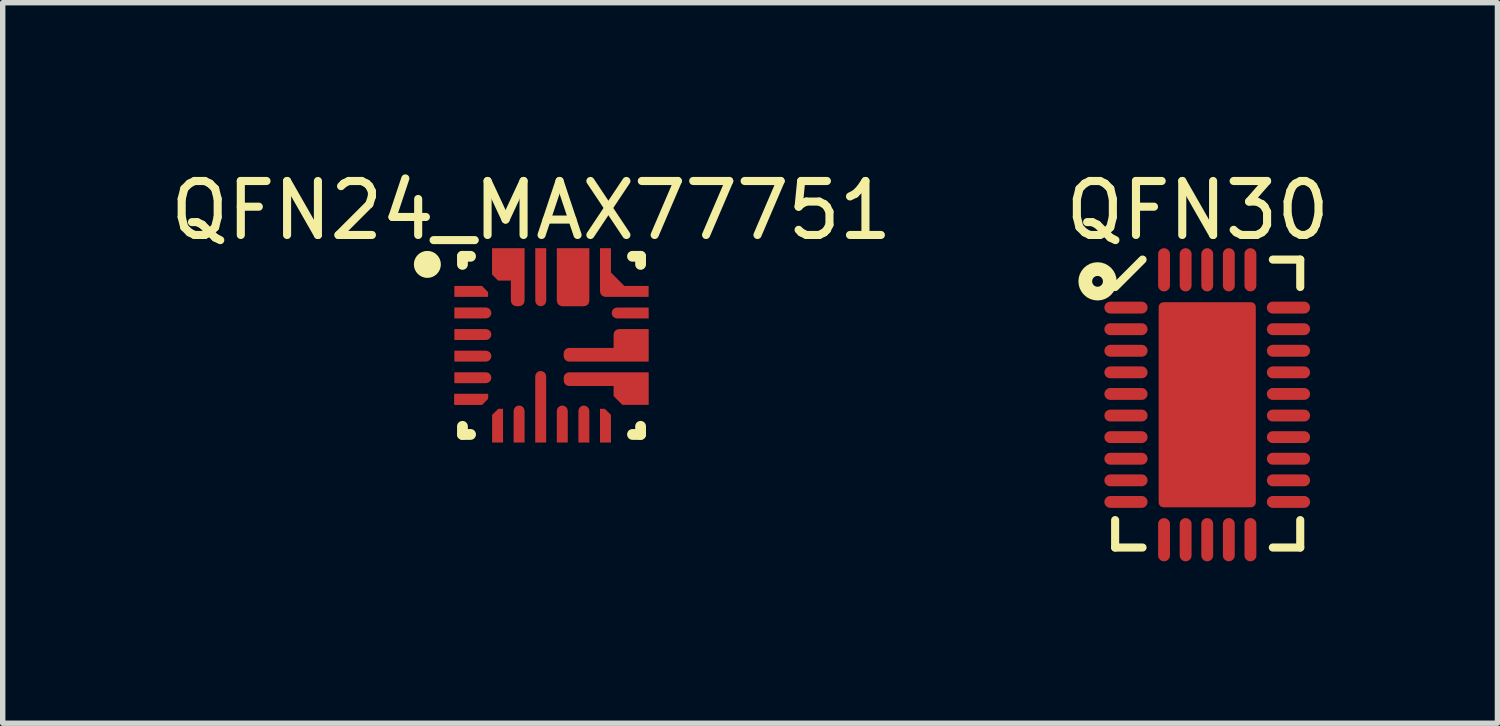
<source format=kicad_pcb>
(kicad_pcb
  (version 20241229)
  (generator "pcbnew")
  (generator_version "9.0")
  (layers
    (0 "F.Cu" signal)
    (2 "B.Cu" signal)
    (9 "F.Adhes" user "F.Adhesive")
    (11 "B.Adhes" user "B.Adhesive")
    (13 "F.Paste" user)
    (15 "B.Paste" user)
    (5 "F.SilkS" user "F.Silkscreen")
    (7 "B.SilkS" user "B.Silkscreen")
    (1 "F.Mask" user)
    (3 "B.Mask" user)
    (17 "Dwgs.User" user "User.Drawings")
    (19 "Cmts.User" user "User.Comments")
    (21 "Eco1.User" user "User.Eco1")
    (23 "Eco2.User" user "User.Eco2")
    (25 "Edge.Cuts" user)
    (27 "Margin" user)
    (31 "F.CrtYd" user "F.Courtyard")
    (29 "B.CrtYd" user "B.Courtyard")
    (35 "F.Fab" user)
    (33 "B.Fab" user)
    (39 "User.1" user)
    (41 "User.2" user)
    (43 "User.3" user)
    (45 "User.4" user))
  (footprint "QFN30"
    (layer "F.Cu")
    (at 19.314 4.448)
    (property "Reference" "QFN30" (at -0.177 -3.6 0) (layer "F.SilkS") (effects (font (size 1 1) (thickness 0.15))))
    (fp_line (start -1.706 -2.181) (end -1.198 -2.689) (stroke (width 0.15) (type solid)) (layer "F.SilkS"))
    (fp_line (start -1.706 2.645) (end -1.706 2.137) (stroke (width 0.15) (type solid)) (layer "F.SilkS"))
    (fp_line (start -1.706 2.645) (end -1.198 2.645) (stroke (width 0.15) (type solid)) (layer "F.SilkS"))
    (fp_line (start 1.215 -2.689) (end 1.723 -2.689) (stroke (width 0.15) (type solid)) (layer "F.SilkS"))
    (fp_line (start 1.215 2.645) (end 1.723 2.645) (stroke (width 0.15) (type solid)) (layer "F.SilkS"))
    (fp_line (start 1.723 -2.181) (end 1.723 -2.689) (stroke (width 0.15) (type solid)) (layer "F.SilkS"))
    (fp_line (start 1.723 2.645) (end 1.723 2.137) (stroke (width 0.15) (type solid)) (layer "F.SilkS"))
    (fp_circle (center -2.032 -2.286) (end -2.032 -2.386) (stroke (width 0.254) (type solid)) (fill no) (layer "F.SilkS"))
    (fp_rect (start -0.625 0.5) (end 0.675 -0.5) (stroke (width 0) (type default)) (fill yes) (layer "F.Paste"))
    (fp_rect (start -0.625 1.7) (end 0.675 0.8) (stroke (width 0) (type default)) (fill yes) (layer "F.Paste"))
    (fp_rect (start -0.625 -0.8) (end 0.675 -1.7) (stroke (width 0) (type default)) (fill yes) (layer "F.Paste"))
    (pad "1" smd oval (at -1.505 -1.8 90) (size 0.22 0.8) (layers "F.Cu" "F.Mask" "F.Paste"))
    (pad "2" smd oval (at -1.505 -1.4 90) (size 0.22 0.8) (layers "F.Cu" "F.Mask" "F.Paste"))
    (pad "3" smd oval (at -1.505 -1 90) (size 0.22 0.8) (layers "F.Cu" "F.Mask" "F.Paste"))
    (pad "4" smd oval (at -1.505 -0.6 90) (size 0.22 0.8) (layers "F.Cu" "F.Mask" "F.Paste"))
    (pad "5" smd oval (at -1.505 -0.2 90) (size 0.22 0.8) (layers "F.Cu" "F.Mask" "F.Paste"))
    (pad "6" smd oval (at -1.505 0.2 90) (size 0.22 0.8) (layers "F.Cu" "F.Mask" "F.Paste"))
    (pad "7" smd oval (at -1.505 0.6 90) (size 0.22 0.8) (layers "F.Cu" "F.Mask" "F.Paste"))
    (pad "8" smd oval (at -1.505 1 90) (size 0.22 0.8) (layers "F.Cu" "F.Mask" "F.Paste"))
    (pad "9" smd oval (at -1.505 1.4 90) (size 0.22 0.8) (layers "F.Cu" "F.Mask" "F.Paste"))
    (pad "10" smd oval (at -1.505 1.8 90) (size 0.22 0.8) (layers "F.Cu" "F.Mask" "F.Paste"))
    (pad "11" smd oval (at -0.8 2.5) (size 0.22 0.8) (layers "F.Cu" "F.Mask" "F.Paste"))
    (pad "12" smd oval (at -0.4 2.5) (size 0.22 0.8) (layers "F.Cu" "F.Mask" "F.Paste"))
    (pad "13" smd oval (at 0 2.5) (size 0.22 0.8) (layers "F.Cu" "F.Mask" "F.Paste"))
    (pad "14" smd oval (at 0.4 2.5) (size 0.22 0.8) (layers "F.Cu" "F.Mask" "F.Paste"))
    (pad "15" smd oval (at 0.8 2.5) (size 0.22 0.8) (layers "F.Cu" "F.Mask" "F.Paste"))
    (pad "16" smd oval (at 1.505 1.8 90) (size 0.22 0.8) (layers "F.Cu" "F.Mask" "F.Paste"))
    (pad "17" smd oval (at 1.505 1.4 90) (size 0.22 0.8) (layers "F.Cu" "F.Mask" "F.Paste"))
    (pad "18" smd oval (at 1.505 1 90) (size 0.22 0.8) (layers "F.Cu" "F.Mask" "F.Paste"))
    (pad "19" smd oval (at 1.505 0.6 90) (size 0.22 0.8) (layers "F.Cu" "F.Mask" "F.Paste"))
    (pad "20" smd oval (at 1.505 0.2 90) (size 0.22 0.8) (layers "F.Cu" "F.Mask" "F.Paste"))
    (pad "21" smd oval (at 1.505 -0.2 90) (size 0.22 0.8) (layers "F.Cu" "F.Mask" "F.Paste"))
    (pad "22" smd oval (at 1.505 -0.6 90) (size 0.22 0.8) (layers "F.Cu" "F.Mask" "F.Paste"))
    (pad "23" smd oval (at 1.505 -1 90) (size 0.22 0.8) (layers "F.Cu" "F.Mask" "F.Paste"))
    (pad "24" smd oval (at 1.505 -1.4 90) (size 0.22 0.8) (layers "F.Cu" "F.Mask" "F.Paste"))
    (pad "25" smd oval (at 1.505 -1.8 90) (size 0.22 0.8) (layers "F.Cu" "F.Mask" "F.Paste"))
    (pad "26" smd oval (at 0.8 -2.5) (size 0.22 0.8) (layers "F.Cu" "F.Mask" "F.Paste"))
    (pad "27" smd oval (at 0.4 -2.5) (size 0.22 0.8) (layers "F.Cu" "F.Mask" "F.Paste"))
    (pad "28" smd oval (at 0 -2.5) (size 0.22 0.8) (layers "F.Cu" "F.Mask" "F.Paste"))
    (pad "29" smd oval (at -0.4 -2.5) (size 0.22 0.8) (layers "F.Cu" "F.Mask" "F.Paste"))
    (pad "30" smd oval (at -0.8 -2.5) (size 0.22 0.8) (layers "F.Cu" "F.Mask" "F.Paste"))
    (pad "31" smd roundrect (at 0 0) (size 1.8 3.8) (layers "F.Cu" "F.Mask" "F.Paste") (roundrect_rratio 0.05)))
  (footprint "QFN24_MAX77751"
    (layer "F.Cu")
    (at 7.167 3.348)
    (property "Reference" "QFN24_MAX77751" (at -0.375 -2.5 0) (layer "F.SilkS") (effects (font (size 1 1) (thickness 0.15))))
    (fp_line (start -1.65 -1.65) (end -1.5 -1.65) (stroke (width 0.2) (type solid)) (layer "F.SilkS"))
    (fp_line (start -1.65 -1.5) (end -1.65 -1.65) (stroke (width 0.2) (type solid)) (layer "F.SilkS"))
    (fp_line (start -1.65 1.65) (end -1.65 1.5) (stroke (width 0.2) (type solid)) (layer "F.SilkS"))
    (fp_line (start -1.65 1.65) (end -1.5 1.65) (stroke (width 0.2) (type solid)) (layer "F.SilkS"))
    (fp_line (start 1.5 -1.65) (end 1.65 -1.65) (stroke (width 0.2) (type solid)) (layer "F.SilkS"))
    (fp_line (start 1.5 1.65) (end 1.65 1.65) (stroke (width 0.2) (type solid)) (layer "F.SilkS"))
    (fp_line (start 1.65 -1.5) (end 1.65 -1.65) (stroke (width 0.2) (type solid)) (layer "F.SilkS"))
    (fp_line (start 1.65 1.65) (end 1.65 1.5) (stroke (width 0.2) (type solid)) (layer "F.SilkS"))
    (fp_circle (center -2.3 -1.5) (end -2.3 -1.625) (stroke (width 0.25) (type solid)) (fill no) (layer "F.SilkS"))
    (fp_line (start -2.075 -2.075) (end 2.075 -2.075) (stroke (width 0.05) (type solid)) (layer "Eco2.User"))
    (fp_line (start -2.075 2.075) (end -2.075 -2.075) (stroke (width 0.05) (type solid)) (layer "Eco2.User"))
    (fp_line (start -2.075 2.075) (end 2.075 2.075) (stroke (width 0.05) (type solid)) (layer "Eco2.User"))
    (fp_line (start -0.5 0) (end 0.5 0) (stroke (width 0.1) (type solid)) (layer "Eco2.User"))
    (fp_line (start 0 0.5) (end 0 -0.5) (stroke (width 0.1) (type solid)) (layer "Eco2.User"))
    (fp_line (start 2.075 2.075) (end 2.075 -2.075) (stroke (width 0.05) (type solid)) (layer "Eco2.User"))
    (pad "1" smd custom (at -1.8 -0.898) (size 0.000001 0.000001) (layers "F.Cu" "F.Mask" "F.Paste") (options (anchor circle)) (primitives (gr_poly (pts (xy 0 0) (xy 0.625 0) (xy 0.625 -0.088) (xy 0.513 -0.203) (xy 0 -0.203)) (width 0) (fill yes))))
    (pad "1" smd rect (at -1.457 -1) (size 0.127 0.127) (layers "F.Cu" "F.Mask" "F.Paste"))
    (pad "2" smd rect (at -1.457 -0.6) (size 0.127 0.127) (layers "F.Cu" "F.Mask" "F.Paste"))
    (pad "2" smd custom (at -1.216 -0.702) (size 0.000001 0.000001) (layers "F.Cu" "F.Mask" "F.Paste") (options (anchor circle)) (primitives (gr_poly (pts (xy 0 0) (xy -0.584 0) (xy -0.584 0.203) (xy 0 0.203) (xy 0.039 0.195) (xy 0.072 0.173) (xy 0.094 0.14) (xy 0.102 0.102) (xy 0.094 0.063) (xy 0.072 0.03) (xy 0.039 0.008)) (width 0) (fill yes))))
    (pad "3" smd rect (at -1.457 -0.2) (size 0.127 0.127) (layers "F.Cu" "F.Mask" "F.Paste"))
    (pad "3" smd custom (at -1.216 -0.302) (size 0.000001 0.000001) (layers "F.Cu" "F.Mask" "F.Paste") (options (anchor circle)) (primitives (gr_poly (pts (xy 0 0) (xy -0.584 0) (xy -0.584 0.203) (xy 0 0.203) (xy 0.039 0.195) (xy 0.072 0.173) (xy 0.094 0.14) (xy 0.102 0.102) (xy 0.094 0.063) (xy 0.072 0.03) (xy 0.039 0.008)) (width 0) (fill yes))))
    (pad "4" smd rect (at -1.457 0.2) (size 0.127 0.127) (layers "F.Cu" "F.Mask" "F.Paste"))
    (pad "4" smd custom (at -1.216 0.098) (size 0.000001 0.000001) (layers "F.Cu" "F.Mask" "F.Paste") (options (anchor circle)) (primitives (gr_poly (pts (xy 0 0) (xy -0.584 0) (xy -0.584 0.203) (xy 0 0.203) (xy 0.039 0.195) (xy 0.072 0.173) (xy 0.094 0.14) (xy 0.102 0.102) (xy 0.094 0.063) (xy 0.072 0.03) (xy 0.039 0.008)) (width 0) (fill yes))))
    (pad "5" smd rect (at -1.457 0.6) (size 0.127 0.127) (layers "F.Cu" "F.Mask" "F.Paste"))
    (pad "5" smd custom (at -1.216 0.498) (size 0.000001 0.000001) (layers "F.Cu" "F.Mask" "F.Paste") (options (anchor circle)) (primitives (gr_poly (pts (xy 0 0) (xy -0.584 0) (xy -0.584 0.203) (xy 0 0.203) (xy 0.039 0.195) (xy 0.072 0.173) (xy 0.094 0.14) (xy 0.102 0.102) (xy 0.094 0.063) (xy 0.072 0.03) (xy 0.039 0.008)) (width 0) (fill yes))))
    (pad "6" smd custom (at -1.8 0.898) (size 0.000001 0.000001) (layers "F.Cu" "F.Mask" "F.Paste") (options (anchor circle)) (primitives (gr_poly (pts (xy 0 0) (xy 0.625 0) (xy 0.625 0.088) (xy 0.513 0.203) (xy 0 0.203)) (width 0) (fill yes))))
    (pad "6" smd custom (at -1.8 0.898) (size 0.000001 0.000001) (layers "F.Cu" "F.Mask" "F.Paste") (options (anchor circle)) (primitives (gr_poly (pts (xy 0 0) (xy 0.625 0) (xy 0.625 0.088) (xy 0.513 0.203) (xy 0 0.203)) (width 0) (fill yes))))
    (pad "6" smd rect (at -1.457 1) (size 0.127 0.127) (layers "F.Cu" "F.Mask" "F.Paste"))
    (pad "7" smd rect (at -1 1.457 90) (size 0.127 0.127) (layers "F.Cu" "F.Mask" "F.Paste"))
    (pad "7" smd custom (at -0.898 1.8) (size 0.000001 0.000001) (layers "F.Cu" "F.Mask" "F.Paste") (options (anchor circle)) (primitives (gr_poly (pts (xy 0 0) (xy 0 -0.625) (xy -0.088 -0.625) (xy -0.203 -0.513) (xy -0.203 0)) (width 0) (fill yes))))
    (pad "8" smd custom (at -0.702 1.216) (size 0.000001 0.000001) (layers "F.Cu" "F.Mask" "F.Paste") (options (anchor circle)) (primitives (gr_poly (pts (xy 0 0) (xy 0 0.584) (xy 0.203 0.584) (xy 0.203 0) (xy 0.195 -0.039) (xy 0.173 -0.072) (xy 0.14 -0.094) (xy 0.102 -0.102) (xy 0.063 -0.094) (xy 0.03 -0.072) (xy 0.008 -0.039)) (width 0) (fill yes))))
    (pad "8" smd rect (at -0.6 1.457 90) (size 0.127 0.127) (layers "F.Cu" "F.Mask" "F.Paste"))
    (pad "9" smd custom (at -0.302 0.576) (size 0.000001 0.000001) (layers "F.Cu" "F.Mask" "F.Paste") (options (anchor circle)) (primitives (gr_poly (pts (xy 0 0) (xy 0 1.224) (xy 0.203 1.224) (xy 0.203 0) (xy 0.195 -0.039) (xy 0.173 -0.072) (xy 0.14 -0.094) (xy 0.102 -0.102) (xy 0.063 -0.094) (xy 0.03 -0.072) (xy 0.008 -0.039)) (width 0) (fill yes))))
    (pad "9" smd rect (at -0.2 1.457 90) (size 0.127 0.127) (layers "F.Cu" "F.Mask" "F.Paste"))
    (pad "10" smd custom (at 0.098 1.216) (size 0.000001 0.000001) (layers "F.Cu" "F.Mask" "F.Paste") (options (anchor circle)) (primitives (gr_poly (pts (xy 0 0) (xy 0 0.584) (xy 0.203 0.584) (xy 0.203 0) (xy 0.195 -0.039) (xy 0.173 -0.072) (xy 0.14 -0.094) (xy 0.102 -0.102) (xy 0.063 -0.094) (xy 0.03 -0.072) (xy 0.008 -0.039)) (width 0) (fill yes))))
    (pad "10" smd rect (at 0.2 1.457 90) (size 0.127 0.127) (layers "F.Cu" "F.Mask" "F.Paste"))
    (pad "11" smd custom (at 0.498 1.216) (size 0.000001 0.000001) (layers "F.Cu" "F.Mask" "F.Paste") (options (anchor circle)) (primitives (gr_poly (pts (xy 0 0) (xy 0 0.584) (xy 0.203 0.584) (xy 0.203 0) (xy 0.195 -0.039) (xy 0.173 -0.072) (xy 0.14 -0.094) (xy 0.102 -0.102) (xy 0.063 -0.094) (xy 0.03 -0.072) (xy 0.008 -0.039)) (width 0) (fill yes))))
    (pad "11" smd rect (at 0.6 1.457 90) (size 0.127 0.127) (layers "F.Cu" "F.Mask" "F.Paste"))
    (pad "12" smd custom (at 0.898 1.8) (size 0.000001 0.000001) (layers "F.Cu" "F.Mask" "F.Paste") (options (anchor circle)) (primitives (gr_poly (pts (xy 0 0) (xy 0 -0.625) (xy 0.088 -0.625) (xy 0.203 -0.513) (xy 0.203 0)) (width 0) (fill yes))))
    (pad "12" smd rect (at 1 1.457 90) (size 0.127 0.127) (layers "F.Cu" "F.Mask" "F.Paste"))
    (pad "13" smd custom (at 1.312 1.102) (size 0.000001 0.000001) (layers "F.Cu" "F.Mask" "F.Paste") (options (anchor circle)) (primitives (gr_poly (pts (xy 0 0) (xy 0.488 0) (xy 0.488 -0.603) (xy -0.985 -0.603) (xy -1.024 -0.595) (xy -1.057 -0.573) (xy -1.079 -0.54) (xy -1.086 -0.502) (xy -1.086 -0.451) (xy -1.079 -0.412) (xy -1.057 -0.379) (xy -1.024 -0.357) (xy -0.985 -0.349) (xy -0.162 -0.349) (xy -0.162 -0.162)) (width 0) (fill yes))))
    (pad "13" smd rect (at 1.457 1 180) (size 0.127 0.127) (layers "F.Cu" "F.Mask" "F.Paste"))
    (pad "14" smd rect (at 1.457 0.6 180) (size 0.127 0.127) (layers "F.Cu" "F.Mask" "F.Paste"))
    (pad "15" smd custom (at 1.251 -0.302) (size 0.000001 0.000001) (layers "F.Cu" "F.Mask" "F.Paste") (options (anchor circle)) (primitives (gr_poly (pts (xy 0 0) (xy 0.549 0) (xy 0.549 0.603) (xy -0.924 0.603) (xy -0.963 0.595) (xy -0.996 0.573) (xy -1.018 0.54) (xy -1.026 0.502) (xy -1.026 0.451) (xy -1.018 0.412) (xy -0.996 0.379) (xy -0.963 0.357) (xy -0.924 0.349) (xy -0.101 0.349) (xy -0.102 0.102) (xy -0.094 0.063) (xy -0.072 0.03) (xy -0.039 0.008)) (width 0) (fill yes))))
    (pad "15" smd rect (at 1.457 0.2 180) (size 0.127 0.127) (layers "F.Cu" "F.Mask" "F.Paste"))
    (pad "16" smd rect (at 1.457 -0.2 180) (size 0.127 0.127) (layers "F.Cu" "F.Mask" "F.Paste"))
    (pad "17" smd custom (at 1.216 -0.498) (size 0.000001 0.000001) (layers "F.Cu" "F.Mask" "F.Paste") (options (anchor circle)) (primitives (gr_poly (pts (xy 0 0) (xy 0.584 0) (xy 0.584 -0.203) (xy 0 -0.203) (xy -0.039 -0.195) (xy -0.072 -0.173) (xy -0.094 -0.14) (xy -0.102 -0.102) (xy -0.094 -0.063) (xy -0.072 -0.03) (xy -0.039 -0.008)) (width 0) (fill yes))))
    (pad "17" smd rect (at 1.457 -0.6 180) (size 0.127 0.127) (layers "F.Cu" "F.Mask" "F.Paste"))
    (pad "18" smd custom (at 0.898 -1.114) (size 0.000001 0.000001) (layers "F.Cu" "F.Mask" "F.Paste") (options (anchor circle)) (primitives (gr_poly (pts (xy 0 0) (xy 0 -0.686) (xy 0.203 -0.686) (xy 0.203 -0.236) (xy 0.452 0.013) (xy 0.901 0.013) (xy 0.901 0.216) (xy 0.216 0.216) (xy 0.103 0.216) (xy 0.064 0.208) (xy 0.031 0.186) (xy 0.009 0.153) (xy 0.001 0.114)) (width 0) (fill yes))))
    (pad "18" smd rect (at 1.457 -1 180) (size 0.127 0.127) (layers "F.Cu" "F.Mask" "F.Paste"))
    (pad "19" smd rect (at 1 -1.457 270) (size 0.127 0.127) (layers "F.Cu" "F.Mask" "F.Paste"))
    (pad "20" smd custom (at 0.098 -0.827) (size 0.000001 0.000001) (layers "F.Cu" "F.Mask" "F.Paste") (options (anchor circle)) (primitives (gr_poly (pts (xy 0 0) (xy 0 -0.973) (xy 0.603 -0.973) (xy 0.603 0) (xy 0.595 0.039) (xy 0.573 0.072) (xy 0.54 0.094) (xy 0.502 0.102) (xy 0.102 0.102) (xy 0.063 0.094) (xy 0.03 0.072) (xy 0.008 0.039)) (width 0) (fill yes))))
    (pad "20" smd rect (at 0.6 -1.457 270) (size 0.127 0.127) (layers "F.Cu" "F.Mask" "F.Paste"))
    (pad "21" smd rect (at 0.2 -1.457 270) (size 0.127 0.127) (layers "F.Cu" "F.Mask" "F.Paste"))
    (pad "22" smd rect (at -0.2 -1.457 270) (size 0.127 0.127) (layers "F.Cu" "F.Mask" "F.Paste"))
    (pad "22" smd custom (at -0.098 -0.827) (size 0.000001 0.000001) (layers "F.Cu" "F.Mask" "F.Paste") (options (anchor circle)) (primitives (gr_poly (pts (xy 0 0) (xy 0 -0.973) (xy -0.203 -0.973) (xy -0.203 0) (xy -0.195 0.039) (xy -0.173 0.072) (xy -0.14 0.094) (xy -0.102 0.102) (xy -0.063 0.094) (xy -0.03 0.072) (xy -0.008 0.039)) (width 0) (fill yes))))
    (pad "23" smd custom (at -1.102 -1.312) (size 0.000001 0.000001) (layers "F.Cu" "F.Mask" "F.Paste") (options (anchor circle)) (primitives (gr_poly (pts (xy 0 0) (xy 0 -0.488) (xy 0.603 -0.488) (xy 0.603 0.485) (xy 0.595 0.524) (xy 0.573 0.557) (xy 0.54 0.579) (xy 0.502 0.586) (xy 0.451 0.586) (xy 0.412 0.579) (xy 0.379 0.557) (xy 0.357 0.524) (xy 0.349 0.485) (xy 0.349 0.112) (xy 0.112 0.112)) (width 0) (fill yes))))
    (pad "23" smd rect (at -0.6 -1.457 270) (size 0.127 0.127) (layers "F.Cu" "F.Mask" "F.Paste"))
    (pad "24" smd rect (at -1 -1.457 270) (size 0.127 0.127) (layers "F.Cu" "F.Mask" "F.Paste")))
  (gr_rect
    (start -3 -3)
    (end 24.69 10.348)
    (stroke (width 0.1) (type default))
    (fill no)
    (layer "Edge.Cuts")))
</source>
